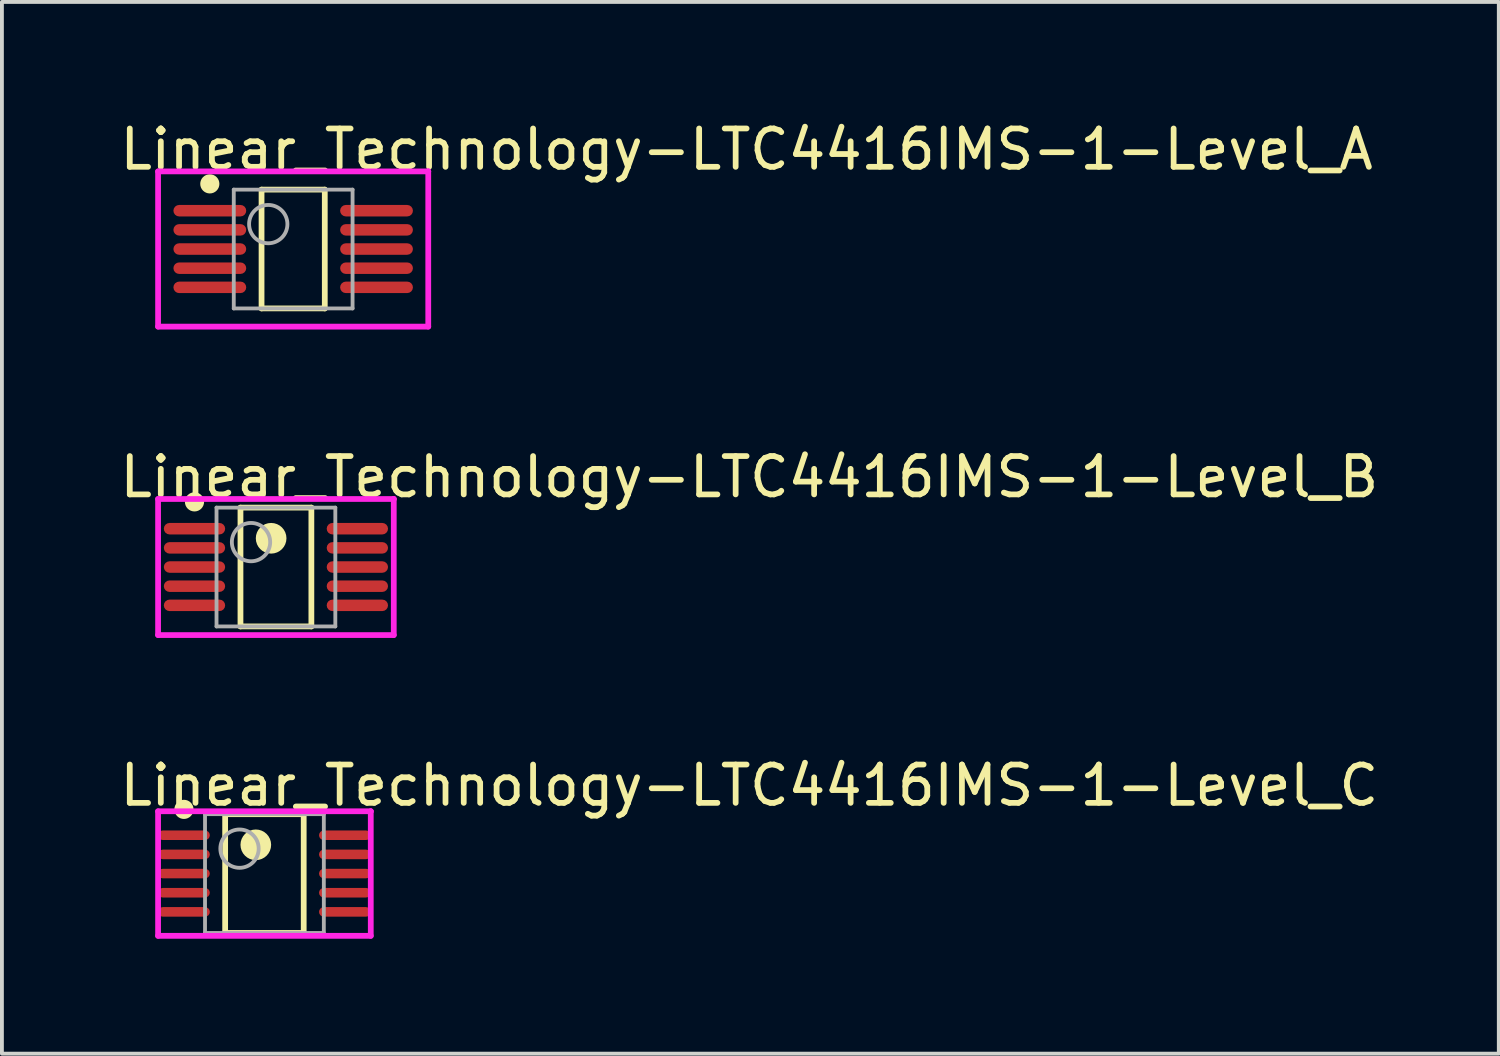
<source format=kicad_pcb>
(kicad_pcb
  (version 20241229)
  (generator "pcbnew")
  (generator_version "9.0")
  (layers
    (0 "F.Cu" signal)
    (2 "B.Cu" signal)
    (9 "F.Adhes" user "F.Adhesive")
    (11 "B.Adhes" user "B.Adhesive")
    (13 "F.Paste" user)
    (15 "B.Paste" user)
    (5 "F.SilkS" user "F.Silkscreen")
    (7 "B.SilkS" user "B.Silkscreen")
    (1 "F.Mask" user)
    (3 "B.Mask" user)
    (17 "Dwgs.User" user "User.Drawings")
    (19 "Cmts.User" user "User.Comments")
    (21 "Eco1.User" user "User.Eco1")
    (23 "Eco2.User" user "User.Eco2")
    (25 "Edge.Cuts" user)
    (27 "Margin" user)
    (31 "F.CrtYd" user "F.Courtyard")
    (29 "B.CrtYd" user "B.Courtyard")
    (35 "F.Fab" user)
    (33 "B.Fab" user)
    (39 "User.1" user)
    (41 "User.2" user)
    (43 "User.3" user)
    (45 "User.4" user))
  (footprint "Linear_Technology-LTC4416IMS-1-Level_B"
    (layer "F.Cu")
    (at 4.15 11.746)
    (property "Reference" "Linear_Technology-LTC4416IMS-1-Level_B" (at -4.15 -2.35 0) (layer "F.SilkS") (effects (font (size 1 1) (thickness 0.15)) (justify left)))
    (attr through_hole)
    (fp_line (start -0.925 -1.55) (end 0.925 -1.55) (stroke (width 0.15) (type solid)) (layer "F.SilkS"))
    (fp_line (start -0.925 1.55) (end -0.925 -1.55) (stroke (width 0.15) (type solid)) (layer "F.SilkS"))
    (fp_line (start -0.925 1.55) (end 0.925 1.55) (stroke (width 0.15) (type solid)) (layer "F.SilkS"))
    (fp_line (start 0.925 1.55) (end 0.925 -1.55) (stroke (width 0.15) (type solid)) (layer "F.SilkS"))
    (fp_circle (center -2.125 -1.7) (end -2 -1.7) (stroke (width 0.25) (type solid)) (fill no) (layer "F.SilkS"))
    (fp_circle (center -0.125 -0.75) (end 0.075 -0.75) (stroke (width 0.4) (type solid)) (fill no) (layer "F.SilkS"))
    (fp_line (start -3.075 -1.775) (end -3.075 1.775) (stroke (width 0.15) (type solid)) (layer "F.CrtYd"))
    (fp_line (start -3.075 1.775) (end 3.075 1.775) (stroke (width 0.15) (type solid)) (layer "F.CrtYd"))
    (fp_line (start 3.075 -1.775) (end -3.075 -1.775) (stroke (width 0.15) (type solid)) (layer "F.CrtYd"))
    (fp_line (start 3.075 -1.775) (end 3.075 -1.775) (stroke (width 0.15) (type solid)) (layer "F.CrtYd"))
    (fp_line (start 3.075 1.775) (end 3.075 -1.775) (stroke (width 0.15) (type solid)) (layer "F.CrtYd"))
    (fp_line (start -1.55 -1.55) (end 1.55 -1.55) (stroke (width 0.1) (type solid)) (layer "F.Fab"))
    (fp_line (start -1.55 1.55) (end -1.55 -1.55) (stroke (width 0.1) (type solid)) (layer "F.Fab"))
    (fp_line (start -1.55 1.55) (end 1.55 1.55) (stroke (width 0.1) (type solid)) (layer "F.Fab"))
    (fp_line (start 1.55 1.55) (end 1.55 -1.55) (stroke (width 0.1) (type solid)) (layer "F.Fab"))
    (fp_circle (center -0.65 -0.65) (end -0.15 -0.65) (stroke (width 0.1) (type solid)) (fill no) (layer "F.Fab"))
    (pad "1" smd roundrect (at -2.125 -1 270) (size 0.3 1.6) (layers "F.Cu" "F.Mask" "F.Paste") (roundrect_rratio 0.5))
    (pad "2" smd roundrect (at -2.125 -0.5 270) (size 0.3 1.6) (layers "F.Cu" "F.Mask" "F.Paste") (roundrect_rratio 0.5))
    (pad "3" smd roundrect (at -2.125 -0.000001 270) (size 0.3 1.6) (layers "F.Cu" "F.Mask" "F.Paste") (roundrect_rratio 0.5))
    (pad "4" smd roundrect (at -2.125 0.5 270) (size 0.3 1.6) (layers "F.Cu" "F.Mask" "F.Paste") (roundrect_rratio 0.5))
    (pad "5" smd roundrect (at -2.125 1 270) (size 0.3 1.6) (layers "F.Cu" "F.Mask" "F.Paste") (roundrect_rratio 0.5))
    (pad "6" smd roundrect (at 2.125 1 270) (size 0.3 1.6) (layers "F.Cu" "F.Mask" "F.Paste") (roundrect_rratio 0.5))
    (pad "7" smd roundrect (at 2.125 0.5 270) (size 0.3 1.6) (layers "F.Cu" "F.Mask" "F.Paste") (roundrect_rratio 0.5))
    (pad "8" smd roundrect (at 2.125 -0.000001 270) (size 0.3 1.6) (layers "F.Cu" "F.Mask" "F.Paste") (roundrect_rratio 0.5))
    (pad "9" smd roundrect (at 2.125 -0.5 270) (size 0.3 1.6) (layers "F.Cu" "F.Mask" "F.Paste") (roundrect_rratio 0.5))
    (pad "10" smd roundrect (at 2.125 -1 270) (size 0.3 1.6) (layers "F.Cu" "F.Mask" "F.Paste") (roundrect_rratio 0.5)))
  (footprint "Linear_Technology-LTC4416IMS-1-Level_A"
    (layer "F.Cu")
    (at 4.6 3.448)
    (property "Reference" "Linear_Technology-LTC4416IMS-1-Level_A" (at -4.6 -2.6 0) (layer "F.SilkS") (effects (font (size 1 1) (thickness 0.15)) (justify left)))
    (attr through_hole)
    (fp_line (start -0.825 -1.55) (end 0.825 -1.55) (stroke (width 0.15) (type solid)) (layer "F.SilkS"))
    (fp_line (start -0.825 1.55) (end -0.825 -1.55) (stroke (width 0.15) (type solid)) (layer "F.SilkS"))
    (fp_line (start -0.825 1.55) (end 0.825 1.55) (stroke (width 0.15) (type solid)) (layer "F.SilkS"))
    (fp_line (start 0.825 1.55) (end 0.825 -1.55) (stroke (width 0.15) (type solid)) (layer "F.SilkS"))
    (fp_circle (center -2.175 -1.7) (end -2.05 -1.7) (stroke (width 0.25) (type solid)) (fill no) (layer "F.SilkS"))
    (fp_line (start -3.525 -2.025) (end -3.525 2.025) (stroke (width 0.15) (type solid)) (layer "F.CrtYd"))
    (fp_line (start -3.525 2.025) (end 3.525 2.025) (stroke (width 0.15) (type solid)) (layer "F.CrtYd"))
    (fp_line (start 3.525 -2.025) (end -3.525 -2.025) (stroke (width 0.15) (type solid)) (layer "F.CrtYd"))
    (fp_line (start 3.525 -2.025) (end 3.525 -2.025) (stroke (width 0.15) (type solid)) (layer "F.CrtYd"))
    (fp_line (start 3.525 2.025) (end 3.525 -2.025) (stroke (width 0.15) (type solid)) (layer "F.CrtYd"))
    (fp_line (start -1.55 -1.55) (end 1.55 -1.55) (stroke (width 0.1) (type solid)) (layer "F.Fab"))
    (fp_line (start -1.55 1.55) (end -1.55 -1.55) (stroke (width 0.1) (type solid)) (layer "F.Fab"))
    (fp_line (start -1.55 1.55) (end 1.55 1.55) (stroke (width 0.1) (type solid)) (layer "F.Fab"))
    (fp_line (start 1.55 1.55) (end 1.55 -1.55) (stroke (width 0.1) (type solid)) (layer "F.Fab"))
    (fp_circle (center -0.65 -0.65) (end -0.15 -0.65) (stroke (width 0.1) (type solid)) (fill no) (layer "F.Fab"))
    (pad "1" smd roundrect (at -2.175 -1 270) (size 0.3 1.9) (layers "F.Cu" "F.Mask" "F.Paste") (roundrect_rratio 0.5))
    (pad "2" smd roundrect (at -2.175 -0.5 270) (size 0.3 1.9) (layers "F.Cu" "F.Mask" "F.Paste") (roundrect_rratio 0.5))
    (pad "3" smd roundrect (at -2.175 -0.000001 270) (size 0.3 1.9) (layers "F.Cu" "F.Mask" "F.Paste") (roundrect_rratio 0.5))
    (pad "4" smd roundrect (at -2.175 0.5 270) (size 0.3 1.9) (layers "F.Cu" "F.Mask" "F.Paste") (roundrect_rratio 0.5))
    (pad "5" smd roundrect (at -2.175 1 270) (size 0.3 1.9) (layers "F.Cu" "F.Mask" "F.Paste") (roundrect_rratio 0.5))
    (pad "6" smd roundrect (at 2.175 1 270) (size 0.3 1.9) (layers "F.Cu" "F.Mask" "F.Paste") (roundrect_rratio 0.5))
    (pad "7" smd roundrect (at 2.175 0.5 270) (size 0.3 1.9) (layers "F.Cu" "F.Mask" "F.Paste") (roundrect_rratio 0.5))
    (pad "8" smd roundrect (at 2.175 -0.000001 270) (size 0.3 1.9) (layers "F.Cu" "F.Mask" "F.Paste") (roundrect_rratio 0.5))
    (pad "9" smd roundrect (at 2.175 -0.5 270) (size 0.3 1.9) (layers "F.Cu" "F.Mask" "F.Paste") (roundrect_rratio 0.5))
    (pad "10" smd roundrect (at 2.175 -1 270) (size 0.3 1.9) (layers "F.Cu" "F.Mask" "F.Paste") (roundrect_rratio 0.5)))
  (footprint "Linear_Technology-LTC4416IMS-1-Level_C"
    (layer "F.Cu")
    (at 3.85 19.745)
    (property "Reference" "Linear_Technology-LTC4416IMS-1-Level_C" (at -3.85 -2.3 0) (layer "F.SilkS") (effects (font (size 1 1) (thickness 0.15)) (justify left)))
    (attr through_hole)
    (fp_line (start -1.025 -1.55) (end 1.025 -1.55) (stroke (width 0.15) (type solid)) (layer "F.SilkS"))
    (fp_line (start -1.025 1.55) (end -1.025 -1.55) (stroke (width 0.15) (type solid)) (layer "F.SilkS"))
    (fp_line (start -1.025 1.55) (end 1.025 1.55) (stroke (width 0.15) (type solid)) (layer "F.SilkS"))
    (fp_line (start 1.025 1.55) (end 1.025 -1.55) (stroke (width 0.15) (type solid)) (layer "F.SilkS"))
    (fp_circle (center -2.1 -1.675) (end -1.975 -1.675) (stroke (width 0.25) (type solid)) (fill no) (layer "F.SilkS"))
    (fp_circle (center -0.225 -0.75) (end -0.025 -0.75) (stroke (width 0.4) (type solid)) (fill no) (layer "F.SilkS"))
    (fp_line (start -2.775 -1.625) (end -2.775 1.625) (stroke (width 0.15) (type solid)) (layer "F.CrtYd"))
    (fp_line (start -2.775 1.625) (end 2.775 1.625) (stroke (width 0.15) (type solid)) (layer "F.CrtYd"))
    (fp_line (start 2.775 -1.625) (end -2.775 -1.625) (stroke (width 0.15) (type solid)) (layer "F.CrtYd"))
    (fp_line (start 2.775 -1.625) (end 2.775 -1.625) (stroke (width 0.15) (type solid)) (layer "F.CrtYd"))
    (fp_line (start 2.775 1.625) (end 2.775 -1.625) (stroke (width 0.15) (type solid)) (layer "F.CrtYd"))
    (fp_line (start -1.55 -1.55) (end 1.55 -1.55) (stroke (width 0.1) (type solid)) (layer "F.Fab"))
    (fp_line (start -1.55 1.55) (end -1.55 -1.55) (stroke (width 0.1) (type solid)) (layer "F.Fab"))
    (fp_line (start -1.55 1.55) (end 1.55 1.55) (stroke (width 0.1) (type solid)) (layer "F.Fab"))
    (fp_line (start 1.55 1.55) (end 1.55 -1.55) (stroke (width 0.1) (type solid)) (layer "F.Fab"))
    (fp_circle (center -0.65 -0.65) (end -0.15 -0.65) (stroke (width 0.1) (type solid)) (fill no) (layer "F.Fab"))
    (pad "1" smd roundrect (at -2.1 -1 270) (size 0.25 1.35) (layers "F.Cu" "F.Mask" "F.Paste") (roundrect_rratio 0.5))
    (pad "2" smd roundrect (at -2.1 -0.5 270) (size 0.25 1.35) (layers "F.Cu" "F.Mask" "F.Paste") (roundrect_rratio 0.5))
    (pad "3" smd roundrect (at -2.1 -0.000001 270) (size 0.25 1.35) (layers "F.Cu" "F.Mask" "F.Paste") (roundrect_rratio 0.5))
    (pad "4" smd roundrect (at -2.1 0.5 270) (size 0.25 1.35) (layers "F.Cu" "F.Mask" "F.Paste") (roundrect_rratio 0.5))
    (pad "5" smd roundrect (at -2.1 1 270) (size 0.25 1.35) (layers "F.Cu" "F.Mask" "F.Paste") (roundrect_rratio 0.5))
    (pad "6" smd roundrect (at 2.1 1 270) (size 0.25 1.35) (layers "F.Cu" "F.Mask" "F.Paste") (roundrect_rratio 0.5))
    (pad "7" smd roundrect (at 2.1 0.5 270) (size 0.25 1.35) (layers "F.Cu" "F.Mask" "F.Paste") (roundrect_rratio 0.5))
    (pad "8" smd roundrect (at 2.1 -0.000001 270) (size 0.25 1.35) (layers "F.Cu" "F.Mask" "F.Paste") (roundrect_rratio 0.5))
    (pad "9" smd roundrect (at 2.1 -0.5 270) (size 0.25 1.35) (layers "F.Cu" "F.Mask" "F.Paste") (roundrect_rratio 0.5))
    (pad "10" smd roundrect (at 2.1 -1 270) (size 0.25 1.35) (layers "F.Cu" "F.Mask" "F.Paste") (roundrect_rratio 0.5)))
  (gr_rect
    (start -3 -3)
    (end 36.06 24.445)
    (stroke (width 0.1) (type default))
    (fill no)
    (layer "Edge.Cuts")))
</source>
